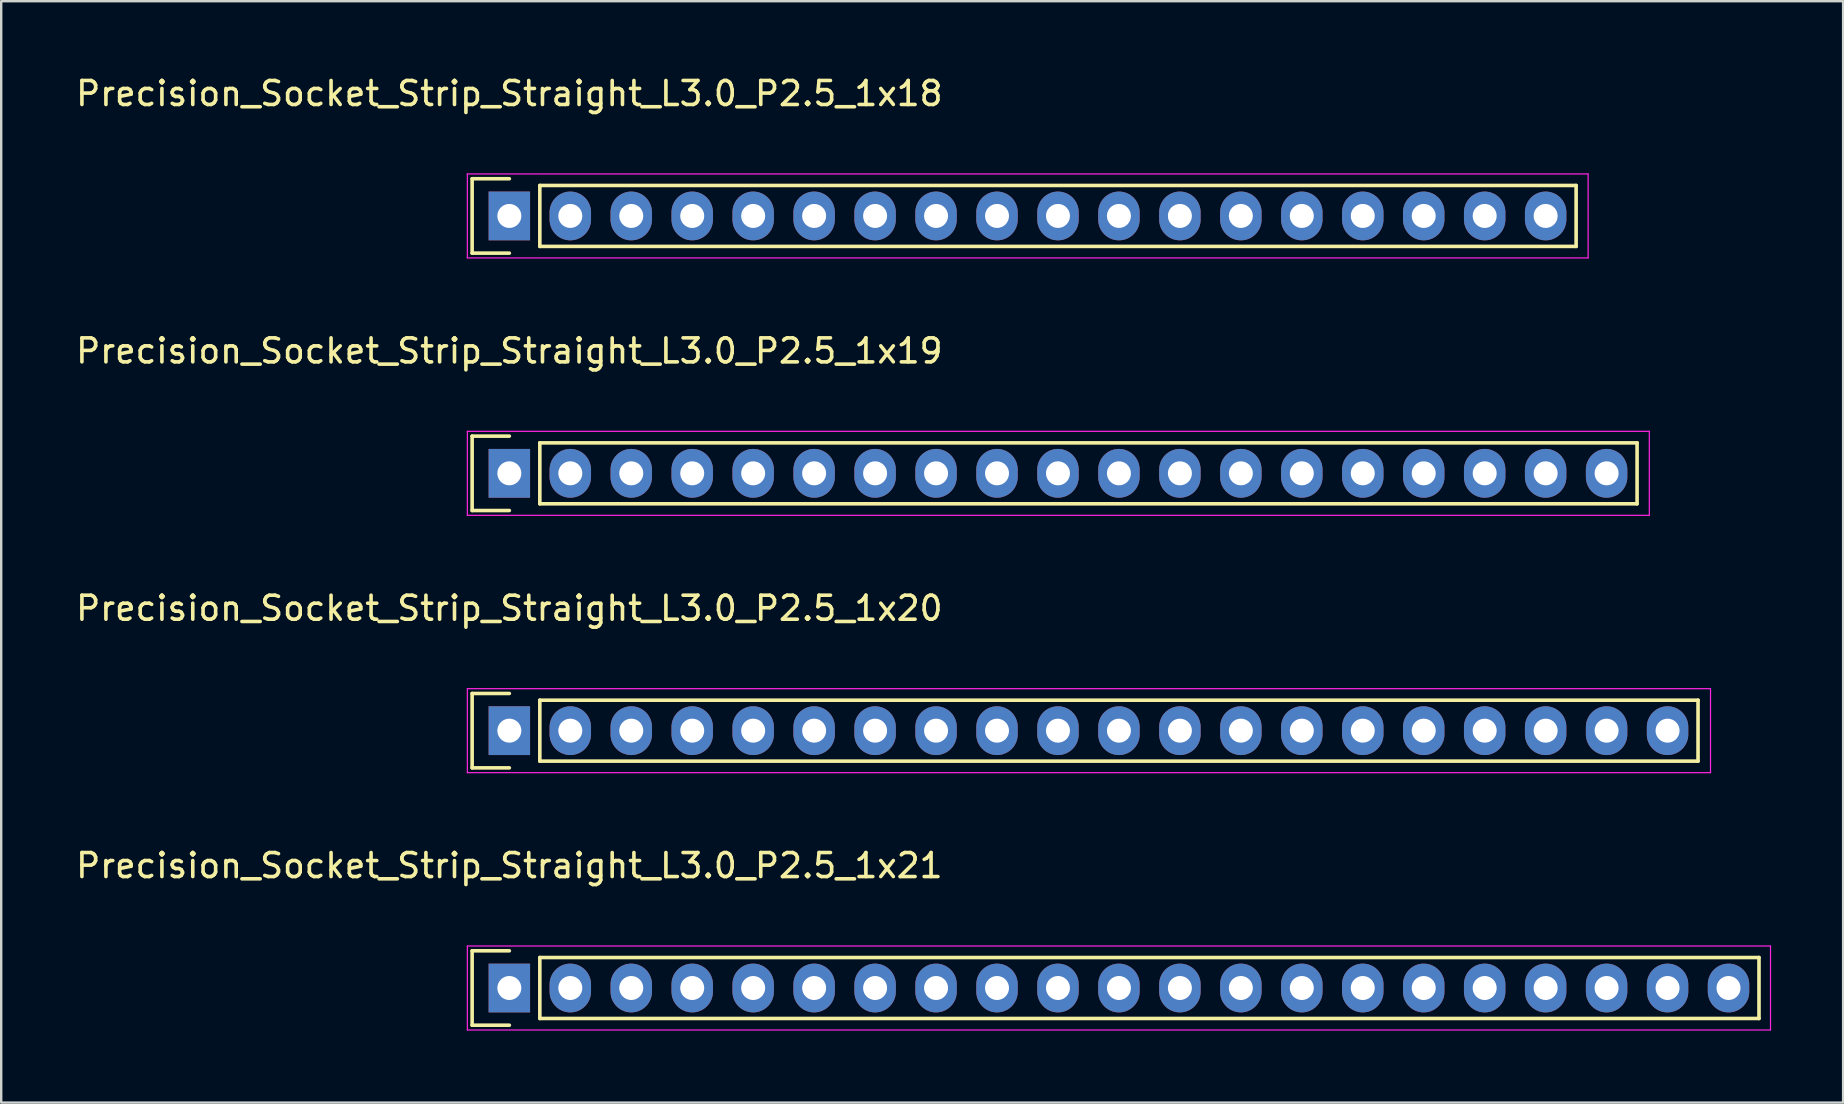
<source format=kicad_pcb>
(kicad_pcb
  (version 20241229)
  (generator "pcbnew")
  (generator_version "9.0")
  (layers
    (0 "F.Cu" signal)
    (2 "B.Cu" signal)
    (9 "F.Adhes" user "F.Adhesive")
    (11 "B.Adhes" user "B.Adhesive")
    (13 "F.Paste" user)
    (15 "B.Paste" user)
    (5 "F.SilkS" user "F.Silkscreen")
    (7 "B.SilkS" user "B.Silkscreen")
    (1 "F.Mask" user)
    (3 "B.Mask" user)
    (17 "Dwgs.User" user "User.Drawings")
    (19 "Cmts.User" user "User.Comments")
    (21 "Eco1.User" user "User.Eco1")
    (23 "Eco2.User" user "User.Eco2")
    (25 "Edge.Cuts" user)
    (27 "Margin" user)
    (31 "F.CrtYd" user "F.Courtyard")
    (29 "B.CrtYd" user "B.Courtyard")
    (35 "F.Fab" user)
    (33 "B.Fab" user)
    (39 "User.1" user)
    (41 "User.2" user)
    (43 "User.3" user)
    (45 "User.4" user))
  (footprint "Precision_Socket_Strip_Straight_L3.0_P2.5_1x20"
    (layer "F.Cu")
    (at 18.173 27.395)
    (property "Reference" "Precision_Socket_Strip_Straight_L3.0_P2.5_1x20" (at 0 -5.1 0) (layer "F.SilkS") (effects (font (size 1 1) (thickness 0.15))))
    (attr through_hole)
    (fp_line (start -1.55 -1.55) (end -1.55 1.55) (stroke (width 0.15) (type solid)) (layer "F.SilkS"))
    (fp_line (start -1.55 1.55) (end 0 1.55) (stroke (width 0.15) (type solid)) (layer "F.SilkS"))
    (fp_line (start 0 -1.55) (end -1.55 -1.55) (stroke (width 0.15) (type solid)) (layer "F.SilkS"))
    (fp_line (start 1.27 1.27) (end 1.27 -1.27) (stroke (width 0.15) (type solid)) (layer "F.SilkS"))
    (fp_line (start 1.27 1.27) (end 49.53 1.27) (stroke (width 0.15) (type solid)) (layer "F.SilkS"))
    (fp_line (start 49.53 -1.27) (end 1.27 -1.27) (stroke (width 0.15) (type solid)) (layer "F.SilkS"))
    (fp_line (start 49.53 1.27) (end 49.53 -1.27) (stroke (width 0.15) (type solid)) (layer "F.SilkS"))
    (fp_line (start -1.75 -1.75) (end -1.75 1.75) (stroke (width 0.05) (type solid)) (layer "F.CrtYd"))
    (fp_line (start -1.75 -1.75) (end 50.05 -1.75) (stroke (width 0.05) (type solid)) (layer "F.CrtYd"))
    (fp_line (start -1.75 1.75) (end 50.05 1.75) (stroke (width 0.05) (type solid)) (layer "F.CrtYd"))
    (fp_line (start 50.05 -1.75) (end 50.05 1.75) (stroke (width 0.05) (type solid)) (layer "F.CrtYd"))
    (pad "1" thru_hole rect (at 0 0) (size 1.727 2.032) (drill 1) (layers "*.Cu" "*.Mask"))
    (pad "2" thru_hole oval (at 2.54 0) (size 1.727 2.032) (drill 1) (layers "*.Cu" "*.Mask"))
    (pad "3" thru_hole oval (at 5.08 0) (size 1.727 2.032) (drill 1) (layers "*.Cu" "*.Mask"))
    (pad "4" thru_hole oval (at 7.62 0) (size 1.727 2.032) (drill 1) (layers "*.Cu" "*.Mask"))
    (pad "5" thru_hole oval (at 10.16 0) (size 1.727 2.032) (drill 1) (layers "*.Cu" "*.Mask"))
    (pad "6" thru_hole oval (at 12.7 0) (size 1.727 2.032) (drill 1) (layers "*.Cu" "*.Mask"))
    (pad "7" thru_hole oval (at 15.24 0) (size 1.727 2.032) (drill 1) (layers "*.Cu" "*.Mask"))
    (pad "8" thru_hole oval (at 17.78 0) (size 1.727 2.032) (drill 1) (layers "*.Cu" "*.Mask"))
    (pad "9" thru_hole oval (at 20.32 0) (size 1.727 2.032) (drill 1) (layers "*.Cu" "*.Mask"))
    (pad "10" thru_hole oval (at 22.86 0) (size 1.727 2.032) (drill 1) (layers "*.Cu" "*.Mask"))
    (pad "11" thru_hole oval (at 25.4 0) (size 1.727 2.032) (drill 1) (layers "*.Cu" "*.Mask"))
    (pad "12" thru_hole oval (at 27.94 0) (size 1.727 2.032) (drill 1) (layers "*.Cu" "*.Mask"))
    (pad "13" thru_hole oval (at 30.48 0) (size 1.727 2.032) (drill 1) (layers "*.Cu" "*.Mask"))
    (pad "14" thru_hole oval (at 33.02 0) (size 1.727 2.032) (drill 1) (layers "*.Cu" "*.Mask"))
    (pad "15" thru_hole oval (at 35.56 0) (size 1.727 2.032) (drill 1) (layers "*.Cu" "*.Mask"))
    (pad "16" thru_hole oval (at 38.1 0) (size 1.727 2.032) (drill 1) (layers "*.Cu" "*.Mask"))
    (pad "17" thru_hole oval (at 40.64 0) (size 1.727 2.032) (drill 1) (layers "*.Cu" "*.Mask"))
    (pad "18" thru_hole oval (at 43.18 0) (size 1.727 2.032) (drill 1) (layers "*.Cu" "*.Mask"))
    (pad "19" thru_hole oval (at 45.72 0) (size 1.727 2.032) (drill 1) (layers "*.Cu" "*.Mask"))
    (pad "20" thru_hole oval (at 48.26 0) (size 1.727 2.032) (drill 1) (layers "*.Cu" "*.Mask")))
  (footprint "Precision_Socket_Strip_Straight_L3.0_P2.5_1x18"
    (layer "F.Cu")
    (at 18.173 5.948)
    (property "Reference" "Precision_Socket_Strip_Straight_L3.0_P2.5_1x18" (at 0 -5.1 0) (layer "F.SilkS") (effects (font (size 1 1) (thickness 0.15))))
    (attr through_hole)
    (fp_line (start -1.55 -1.55) (end -1.55 1.55) (stroke (width 0.15) (type solid)) (layer "F.SilkS"))
    (fp_line (start -1.55 1.55) (end 0 1.55) (stroke (width 0.15) (type solid)) (layer "F.SilkS"))
    (fp_line (start 0 -1.55) (end -1.55 -1.55) (stroke (width 0.15) (type solid)) (layer "F.SilkS"))
    (fp_line (start 1.27 1.27) (end 1.27 -1.27) (stroke (width 0.15) (type solid)) (layer "F.SilkS"))
    (fp_line (start 1.27 1.27) (end 44.45 1.27) (stroke (width 0.15) (type solid)) (layer "F.SilkS"))
    (fp_line (start 44.45 -1.27) (end 1.27 -1.27) (stroke (width 0.15) (type solid)) (layer "F.SilkS"))
    (fp_line (start 44.45 1.27) (end 44.45 -1.27) (stroke (width 0.15) (type solid)) (layer "F.SilkS"))
    (fp_line (start -1.75 -1.75) (end -1.75 1.75) (stroke (width 0.05) (type solid)) (layer "F.CrtYd"))
    (fp_line (start -1.75 -1.75) (end 44.95 -1.75) (stroke (width 0.05) (type solid)) (layer "F.CrtYd"))
    (fp_line (start -1.75 1.75) (end 44.95 1.75) (stroke (width 0.05) (type solid)) (layer "F.CrtYd"))
    (fp_line (start 44.95 -1.75) (end 44.95 1.75) (stroke (width 0.05) (type solid)) (layer "F.CrtYd"))
    (pad "1" thru_hole rect (at 0 0) (size 1.727 2.032) (drill 1) (layers "*.Cu" "*.Mask"))
    (pad "2" thru_hole oval (at 2.54 0) (size 1.727 2.032) (drill 1) (layers "*.Cu" "*.Mask"))
    (pad "3" thru_hole oval (at 5.08 0) (size 1.727 2.032) (drill 1) (layers "*.Cu" "*.Mask"))
    (pad "4" thru_hole oval (at 7.62 0) (size 1.727 2.032) (drill 1) (layers "*.Cu" "*.Mask"))
    (pad "5" thru_hole oval (at 10.16 0) (size 1.727 2.032) (drill 1) (layers "*.Cu" "*.Mask"))
    (pad "6" thru_hole oval (at 12.7 0) (size 1.727 2.032) (drill 1) (layers "*.Cu" "*.Mask"))
    (pad "7" thru_hole oval (at 15.24 0) (size 1.727 2.032) (drill 1) (layers "*.Cu" "*.Mask"))
    (pad "8" thru_hole oval (at 17.78 0) (size 1.727 2.032) (drill 1) (layers "*.Cu" "*.Mask"))
    (pad "9" thru_hole oval (at 20.32 0) (size 1.727 2.032) (drill 1) (layers "*.Cu" "*.Mask"))
    (pad "10" thru_hole oval (at 22.86 0) (size 1.727 2.032) (drill 1) (layers "*.Cu" "*.Mask"))
    (pad "11" thru_hole oval (at 25.4 0) (size 1.727 2.032) (drill 1) (layers "*.Cu" "*.Mask"))
    (pad "12" thru_hole oval (at 27.94 0) (size 1.727 2.032) (drill 1) (layers "*.Cu" "*.Mask"))
    (pad "13" thru_hole oval (at 30.48 0) (size 1.727 2.032) (drill 1) (layers "*.Cu" "*.Mask"))
    (pad "14" thru_hole oval (at 33.02 0) (size 1.727 2.032) (drill 1) (layers "*.Cu" "*.Mask"))
    (pad "15" thru_hole oval (at 35.56 0) (size 1.727 2.032) (drill 1) (layers "*.Cu" "*.Mask"))
    (pad "16" thru_hole oval (at 38.1 0) (size 1.727 2.032) (drill 1) (layers "*.Cu" "*.Mask"))
    (pad "17" thru_hole oval (at 40.64 0) (size 1.727 2.032) (drill 1) (layers "*.Cu" "*.Mask"))
    (pad "18" thru_hole oval (at 43.18 0) (size 1.727 2.032) (drill 1) (layers "*.Cu" "*.Mask")))
  (footprint "Precision_Socket_Strip_Straight_L3.0_P2.5_1x19"
    (layer "F.Cu")
    (at 18.173 16.672)
    (property "Reference" "Precision_Socket_Strip_Straight_L3.0_P2.5_1x19" (at 0 -5.1 0) (layer "F.SilkS") (effects (font (size 1 1) (thickness 0.15))))
    (attr through_hole)
    (fp_line (start -1.55 -1.55) (end -1.55 1.55) (stroke (width 0.15) (type solid)) (layer "F.SilkS"))
    (fp_line (start -1.55 1.55) (end 0 1.55) (stroke (width 0.15) (type solid)) (layer "F.SilkS"))
    (fp_line (start 0 -1.55) (end -1.55 -1.55) (stroke (width 0.15) (type solid)) (layer "F.SilkS"))
    (fp_line (start 1.27 1.27) (end 1.27 -1.27) (stroke (width 0.15) (type solid)) (layer "F.SilkS"))
    (fp_line (start 1.27 1.27) (end 46.99 1.27) (stroke (width 0.15) (type solid)) (layer "F.SilkS"))
    (fp_line (start 46.99 -1.27) (end 1.27 -1.27) (stroke (width 0.15) (type solid)) (layer "F.SilkS"))
    (fp_line (start 46.99 1.27) (end 46.99 -1.27) (stroke (width 0.15) (type solid)) (layer "F.SilkS"))
    (fp_line (start -1.75 -1.75) (end -1.75 1.75) (stroke (width 0.05) (type solid)) (layer "F.CrtYd"))
    (fp_line (start -1.75 -1.75) (end 47.5 -1.75) (stroke (width 0.05) (type solid)) (layer "F.CrtYd"))
    (fp_line (start -1.75 1.75) (end 47.5 1.75) (stroke (width 0.05) (type solid)) (layer "F.CrtYd"))
    (fp_line (start 47.5 -1.75) (end 47.5 1.75) (stroke (width 0.05) (type solid)) (layer "F.CrtYd"))
    (pad "1" thru_hole rect (at 0 0) (size 1.727 2.032) (drill 1) (layers "*.Cu" "*.Mask"))
    (pad "2" thru_hole oval (at 2.54 0) (size 1.727 2.032) (drill 1) (layers "*.Cu" "*.Mask"))
    (pad "3" thru_hole oval (at 5.08 0) (size 1.727 2.032) (drill 1) (layers "*.Cu" "*.Mask"))
    (pad "4" thru_hole oval (at 7.62 0) (size 1.727 2.032) (drill 1) (layers "*.Cu" "*.Mask"))
    (pad "5" thru_hole oval (at 10.16 0) (size 1.727 2.032) (drill 1) (layers "*.Cu" "*.Mask"))
    (pad "6" thru_hole oval (at 12.7 0) (size 1.727 2.032) (drill 1) (layers "*.Cu" "*.Mask"))
    (pad "7" thru_hole oval (at 15.24 0) (size 1.727 2.032) (drill 1) (layers "*.Cu" "*.Mask"))
    (pad "8" thru_hole oval (at 17.78 0) (size 1.727 2.032) (drill 1) (layers "*.Cu" "*.Mask"))
    (pad "9" thru_hole oval (at 20.32 0) (size 1.727 2.032) (drill 1) (layers "*.Cu" "*.Mask"))
    (pad "10" thru_hole oval (at 22.86 0) (size 1.727 2.032) (drill 1) (layers "*.Cu" "*.Mask"))
    (pad "11" thru_hole oval (at 25.4 0) (size 1.727 2.032) (drill 1) (layers "*.Cu" "*.Mask"))
    (pad "12" thru_hole oval (at 27.94 0) (size 1.727 2.032) (drill 1) (layers "*.Cu" "*.Mask"))
    (pad "13" thru_hole oval (at 30.48 0) (size 1.727 2.032) (drill 1) (layers "*.Cu" "*.Mask"))
    (pad "14" thru_hole oval (at 33.02 0) (size 1.727 2.032) (drill 1) (layers "*.Cu" "*.Mask"))
    (pad "15" thru_hole oval (at 35.56 0) (size 1.727 2.032) (drill 1) (layers "*.Cu" "*.Mask"))
    (pad "16" thru_hole oval (at 38.1 0) (size 1.727 2.032) (drill 1) (layers "*.Cu" "*.Mask"))
    (pad "17" thru_hole oval (at 40.64 0) (size 1.727 2.032) (drill 1) (layers "*.Cu" "*.Mask"))
    (pad "18" thru_hole oval (at 43.18 0) (size 1.727 2.032) (drill 1) (layers "*.Cu" "*.Mask"))
    (pad "19" thru_hole oval (at 45.72 0) (size 1.727 2.032) (drill 1) (layers "*.Cu" "*.Mask")))
  (footprint "Precision_Socket_Strip_Straight_L3.0_P2.5_1x21"
    (layer "F.Cu")
    (at 18.173 38.118)
    (property "Reference" "Precision_Socket_Strip_Straight_L3.0_P2.5_1x21" (at 0 -5.1 0) (layer "F.SilkS") (effects (font (size 1 1) (thickness 0.15))))
    (attr through_hole)
    (fp_line (start -1.55 -1.55) (end -1.55 1.55) (stroke (width 0.15) (type solid)) (layer "F.SilkS"))
    (fp_line (start -1.55 1.55) (end 0 1.55) (stroke (width 0.15) (type solid)) (layer "F.SilkS"))
    (fp_line (start 0 -1.55) (end -1.55 -1.55) (stroke (width 0.15) (type solid)) (layer "F.SilkS"))
    (fp_line (start 1.27 1.27) (end 1.27 -1.27) (stroke (width 0.15) (type solid)) (layer "F.SilkS"))
    (fp_line (start 1.27 1.27) (end 52.07 1.27) (stroke (width 0.15) (type solid)) (layer "F.SilkS"))
    (fp_line (start 52.07 -1.27) (end 1.27 -1.27) (stroke (width 0.15) (type solid)) (layer "F.SilkS"))
    (fp_line (start 52.07 1.27) (end 52.07 -1.27) (stroke (width 0.15) (type solid)) (layer "F.SilkS"))
    (fp_line (start -1.75 -1.75) (end -1.75 1.75) (stroke (width 0.05) (type solid)) (layer "F.CrtYd"))
    (fp_line (start -1.75 -1.75) (end 52.55 -1.75) (stroke (width 0.05) (type solid)) (layer "F.CrtYd"))
    (fp_line (start -1.75 1.75) (end 52.55 1.75) (stroke (width 0.05) (type solid)) (layer "F.CrtYd"))
    (fp_line (start 52.55 -1.75) (end 52.55 1.75) (stroke (width 0.05) (type solid)) (layer "F.CrtYd"))
    (pad "1" thru_hole rect (at 0 0) (size 1.727 2.032) (drill 1) (layers "*.Cu" "*.Mask"))
    (pad "2" thru_hole oval (at 2.54 0) (size 1.727 2.032) (drill 1) (layers "*.Cu" "*.Mask"))
    (pad "3" thru_hole oval (at 5.08 0) (size 1.727 2.032) (drill 1) (layers "*.Cu" "*.Mask"))
    (pad "4" thru_hole oval (at 7.62 0) (size 1.727 2.032) (drill 1) (layers "*.Cu" "*.Mask"))
    (pad "5" thru_hole oval (at 10.16 0) (size 1.727 2.032) (drill 1) (layers "*.Cu" "*.Mask"))
    (pad "6" thru_hole oval (at 12.7 0) (size 1.727 2.032) (drill 1) (layers "*.Cu" "*.Mask"))
    (pad "7" thru_hole oval (at 15.24 0) (size 1.727 2.032) (drill 1) (layers "*.Cu" "*.Mask"))
    (pad "8" thru_hole oval (at 17.78 0) (size 1.727 2.032) (drill 1) (layers "*.Cu" "*.Mask"))
    (pad "9" thru_hole oval (at 20.32 0) (size 1.727 2.032) (drill 1) (layers "*.Cu" "*.Mask"))
    (pad "10" thru_hole oval (at 22.86 0) (size 1.727 2.032) (drill 1) (layers "*.Cu" "*.Mask"))
    (pad "11" thru_hole oval (at 25.4 0) (size 1.727 2.032) (drill 1) (layers "*.Cu" "*.Mask"))
    (pad "12" thru_hole oval (at 27.94 0) (size 1.727 2.032) (drill 1) (layers "*.Cu" "*.Mask"))
    (pad "13" thru_hole oval (at 30.48 0) (size 1.727 2.032) (drill 1) (layers "*.Cu" "*.Mask"))
    (pad "14" thru_hole oval (at 33.02 0) (size 1.727 2.032) (drill 1) (layers "*.Cu" "*.Mask"))
    (pad "15" thru_hole oval (at 35.56 0) (size 1.727 2.032) (drill 1) (layers "*.Cu" "*.Mask"))
    (pad "16" thru_hole oval (at 38.1 0) (size 1.727 2.032) (drill 1) (layers "*.Cu" "*.Mask"))
    (pad "17" thru_hole oval (at 40.64 0) (size 1.727 2.032) (drill 1) (layers "*.Cu" "*.Mask"))
    (pad "18" thru_hole oval (at 43.18 0) (size 1.727 2.032) (drill 1) (layers "*.Cu" "*.Mask"))
    (pad "19" thru_hole oval (at 45.72 0) (size 1.727 2.032) (drill 1) (layers "*.Cu" "*.Mask"))
    (pad "20" thru_hole oval (at 48.26 0) (size 1.727 2.032) (drill 1) (layers "*.Cu" "*.Mask"))
    (pad "21" thru_hole oval (at 50.8 0) (size 1.727 2.032) (drill 1) (layers "*.Cu" "*.Mask")))
  (gr_rect
    (start -3 -3)
    (end 73.748 42.893)
    (stroke (width 0.1) (type default))
    (fill no)
    (layer "Edge.Cuts")))
</source>
